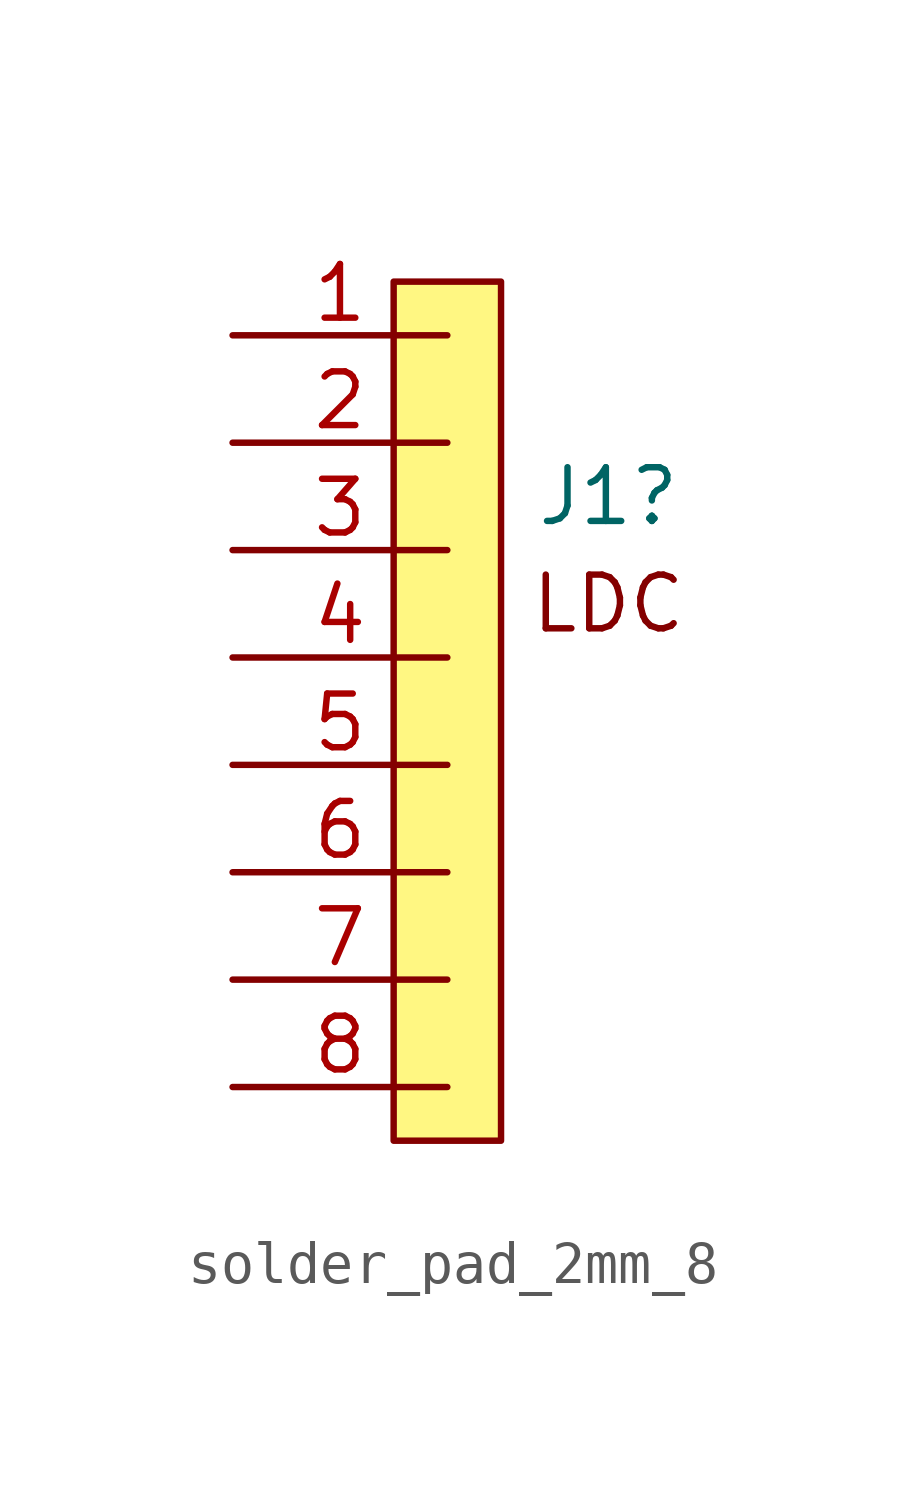
<source format=kicad_sym>
(kicad_symbol_lib
  (version 20220914)
  (generator kicad_symbol_editor)
  (symbol "solder_pad_2mm_8"
    (property "Reference" "J1"
      (at 17.78 16.51 0)
      (effects (font (size 1.27 1.27))))
    (property "Value" ""
      (at 10.16 17.78 0)
      (effects (font (size 1.27 1.27))))
    (symbol "solder_pad_2mm_8_1_1"
      (rectangle (start 12.7 21.59) (end 15.24 1.27) (stroke (width 0) (type default)) (fill (type color) (color 255 247 130 1)))
      (text "LDC\n" (at 17.78 13.97 0) (effects (font (size 1.27 1.27))))
      (pin passive line (at 8.89 20.32 0) (length 5.08) (name "" (effects (font (size 1.27 1.27)))) (number "1" (effects (font (size 1.27 1.27)))))
      (pin passive line (at 8.89 17.78 0) (length 5.08) (name "" (effects (font (size 1.27 1.27)))) (number "2" (effects (font (size 1.27 1.27)))))
      (pin passive line (at 8.89 15.24 0) (length 5.08) (name "" (effects (font (size 1.27 1.27)))) (number "3" (effects (font (size 1.27 1.27)))))
      (pin passive line (at 8.89 12.7 0) (length 5.08) (name "" (effects (font (size 1.27 1.27)))) (number "4" (effects (font (size 1.27 1.27)))))
      (pin passive line (at 8.89 10.16 0) (length 5.08) (name "" (effects (font (size 1.27 1.27)))) (number "5" (effects (font (size 1.27 1.27)))))
      (pin passive line (at 8.89 7.62 0) (length 5.08) (name "" (effects (font (size 1.27 1.27)))) (number "6" (effects (font (size 1.27 1.27)))))
      (pin passive line (at 8.89 5.08 0) (length 5.08) (name "" (effects (font (size 1.27 1.27)))) (number "7" (effects (font (size 1.27 1.27)))))
      (pin passive line (at 8.89 2.54 0) (length 5.08) (name "" (effects (font (size 1.27 1.27)))) (number "8" (effects (font (size 1.27 1.27))))))))
</source>
